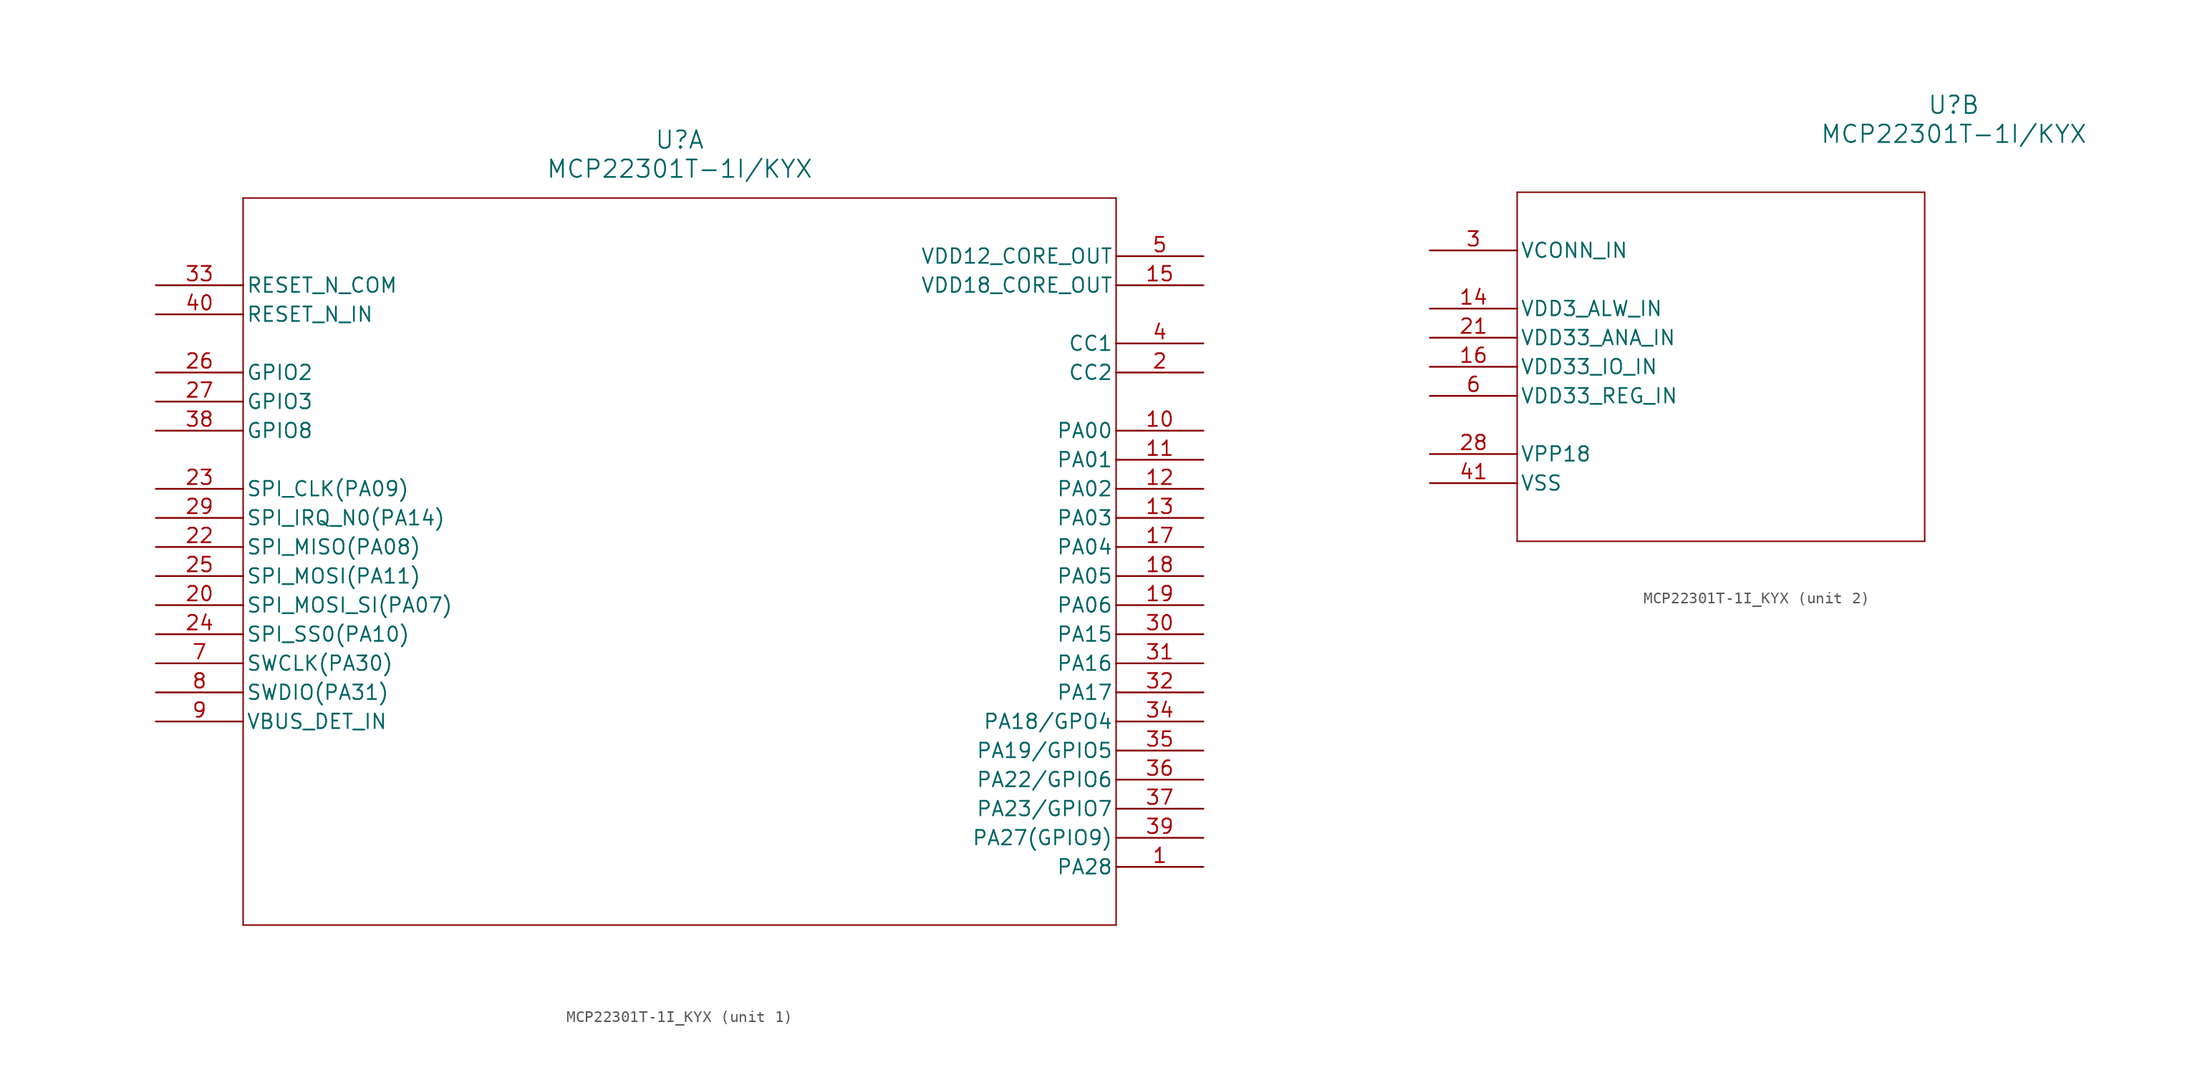
<source format=kicad_sym>
(kicad_symbol_lib
  (version 20211014)
  (generator kicad_symbol_editor)
  (symbol "MCP22301T-1I_KYX"
    (pin_names
      (offset 0.254))
    (property "Reference" "U"
      (at 45.72 12.7 0)
      (effects (font (size 1.524 1.524))))
    (property "Value" "MCP22301T-1I/KYX"
      (at 45.72 10.16 0)
      (effects (font (size 1.524 1.524))))
    (symbol "MCP22301T-1I_KYX_1_1"
      (polyline (pts (xy 7.62 7.62) (xy 7.62 -55.88)) (stroke (width 0.127) (type default) (color 0 0 0 0)) (fill (type none)))
      (polyline (pts (xy 7.62 -55.88) (xy 83.82 -55.88)) (stroke (width 0.127) (type default) (color 0 0 0 0)) (fill (type none)))
      (polyline (pts (xy 83.82 -55.88) (xy 83.82 7.62)) (stroke (width 0.127) (type default) (color 0 0 0 0)) (fill (type none)))
      (polyline (pts (xy 83.82 7.62) (xy 7.62 7.62)) (stroke (width 0.127) (type default) (color 0 0 0 0)) (fill (type none)))
      (pin bidirectional line (at 91.44 -50.8 180) (length 7.62) (name "PA28" (effects (font (size 1.27 1.27)))) (number "1" (effects (font (size 1.27 1.27)))))
      (pin unspecified line (at 91.44 -7.62 180) (length 7.62) (name "CC2" (effects (font (size 1.27 1.27)))) (number "2" (effects (font (size 1.27 1.27)))))
      (pin unspecified line (at 91.44 -5.08 180) (length 7.62) (name "CC1" (effects (font (size 1.27 1.27)))) (number "4" (effects (font (size 1.27 1.27)))))
      (pin power_in line (at 91.44 2.54 180) (length 7.62) (name "VDD12_CORE_OUT" (effects (font (size 1.27 1.27)))) (number "5" (effects (font (size 1.27 1.27)))))
      (pin bidirectional line (at 0 -33.02 0) (length 7.62) (name "SWCLK(PA30)" (effects (font (size 1.27 1.27)))) (number "7" (effects (font (size 1.27 1.27)))))
      (pin bidirectional line (at 0 -35.56 0) (length 7.62) (name "SWDIO(PA31)" (effects (font (size 1.27 1.27)))) (number "8" (effects (font (size 1.27 1.27)))))
      (pin unspecified line (at 0 -38.1 0) (length 7.62) (name "VBUS_DET_IN" (effects (font (size 1.27 1.27)))) (number "9" (effects (font (size 1.27 1.27)))))
      (pin bidirectional line (at 91.44 -12.7 180) (length 7.62) (name "PA00" (effects (font (size 1.27 1.27)))) (number "10" (effects (font (size 1.27 1.27)))))
      (pin bidirectional line (at 91.44 -15.24 180) (length 7.62) (name "PA01" (effects (font (size 1.27 1.27)))) (number "11" (effects (font (size 1.27 1.27)))))
      (pin bidirectional line (at 91.44 -17.78 180) (length 7.62) (name "PA02" (effects (font (size 1.27 1.27)))) (number "12" (effects (font (size 1.27 1.27)))))
      (pin bidirectional line (at 91.44 -20.32 180) (length 7.62) (name "PA03" (effects (font (size 1.27 1.27)))) (number "13" (effects (font (size 1.27 1.27)))))
      (pin power_in line (at 91.44 0 180) (length 7.62) (name "VDD18_CORE_OUT" (effects (font (size 1.27 1.27)))) (number "15" (effects (font (size 1.27 1.27)))))
      (pin bidirectional line (at 91.44 -22.86 180) (length 7.62) (name "PA04" (effects (font (size 1.27 1.27)))) (number "17" (effects (font (size 1.27 1.27)))))
      (pin bidirectional line (at 91.44 -25.4 180) (length 7.62) (name "PA05" (effects (font (size 1.27 1.27)))) (number "18" (effects (font (size 1.27 1.27)))))
      (pin bidirectional line (at 91.44 -27.94 180) (length 7.62) (name "PA06" (effects (font (size 1.27 1.27)))) (number "19" (effects (font (size 1.27 1.27)))))
      (pin bidirectional line (at 0 -27.94 0) (length 7.62) (name "SPI_MOSI_SI(PA07)" (effects (font (size 1.27 1.27)))) (number "20" (effects (font (size 1.27 1.27)))))
      (pin bidirectional line (at 0 -22.86 0) (length 7.62) (name "SPI_MISO(PA08)" (effects (font (size 1.27 1.27)))) (number "22" (effects (font (size 1.27 1.27)))))
      (pin bidirectional line (at 0 -17.78 0) (length 7.62) (name "SPI_CLK(PA09)" (effects (font (size 1.27 1.27)))) (number "23" (effects (font (size 1.27 1.27)))))
      (pin bidirectional line (at 0 -30.48 0) (length 7.62) (name "SPI_SS0(PA10)" (effects (font (size 1.27 1.27)))) (number "24" (effects (font (size 1.27 1.27)))))
      (pin bidirectional line (at 0 -25.4 0) (length 7.62) (name "SPI_MOSI(PA11)" (effects (font (size 1.27 1.27)))) (number "25" (effects (font (size 1.27 1.27)))))
      (pin bidirectional line (at 0 -7.62 0) (length 7.62) (name "GPIO2" (effects (font (size 1.27 1.27)))) (number "26" (effects (font (size 1.27 1.27)))))
      (pin bidirectional line (at 0 -10.16 0) (length 7.62) (name "GPIO3" (effects (font (size 1.27 1.27)))) (number "27" (effects (font (size 1.27 1.27)))))
      (pin bidirectional line (at 0 -20.32 0) (length 7.62) (name "SPI_IRQ_N0(PA14)" (effects (font (size 1.27 1.27)))) (number "29" (effects (font (size 1.27 1.27)))))
      (pin bidirectional line (at 91.44 -30.48 180) (length 7.62) (name "PA15" (effects (font (size 1.27 1.27)))) (number "30" (effects (font (size 1.27 1.27)))))
      (pin bidirectional line (at 91.44 -33.02 180) (length 7.62) (name "PA16" (effects (font (size 1.27 1.27)))) (number "31" (effects (font (size 1.27 1.27)))))
      (pin bidirectional line (at 91.44 -35.56 180) (length 7.62) (name "PA17" (effects (font (size 1.27 1.27)))) (number "32" (effects (font (size 1.27 1.27)))))
      (pin input line (at 0 0 0) (length 7.62) (name "RESET_N_COM" (effects (font (size 1.27 1.27)))) (number "33" (effects (font (size 1.27 1.27)))))
      (pin bidirectional line (at 91.44 -38.1 180) (length 7.62) (name "PA18/GPO4" (effects (font (size 1.27 1.27)))) (number "34" (effects (font (size 1.27 1.27)))))
      (pin bidirectional line (at 91.44 -40.64 180) (length 7.62) (name "PA19/GPIO5" (effects (font (size 1.27 1.27)))) (number "35" (effects (font (size 1.27 1.27)))))
      (pin bidirectional line (at 91.44 -43.18 180) (length 7.62) (name "PA22/GPIO6" (effects (font (size 1.27 1.27)))) (number "36" (effects (font (size 1.27 1.27)))))
      (pin bidirectional line (at 91.44 -45.72 180) (length 7.62) (name "PA23/GPIO7" (effects (font (size 1.27 1.27)))) (number "37" (effects (font (size 1.27 1.27)))))
      (pin bidirectional line (at 0 -12.7 0) (length 7.62) (name "GPIO8" (effects (font (size 1.27 1.27)))) (number "38" (effects (font (size 1.27 1.27)))))
      (pin bidirectional line (at 91.44 -48.26 180) (length 7.62) (name "PA27(GPIO9)" (effects (font (size 1.27 1.27)))) (number "39" (effects (font (size 1.27 1.27)))))
      (pin input line (at 0 -2.54 0) (length 7.62) (name "RESET_N_IN" (effects (font (size 1.27 1.27)))) (number "40" (effects (font (size 1.27 1.27))))))
    (symbol "MCP22301T-1I_KYX_2_1"
      (polyline (pts (xy 7.62 5.08) (xy 7.62 -25.4)) (stroke (width 0.127) (type default) (color 0 0 0 0)) (fill (type none)))
      (polyline (pts (xy 7.62 -25.4) (xy 43.18 -25.4)) (stroke (width 0.127) (type default) (color 0 0 0 0)) (fill (type none)))
      (polyline (pts (xy 43.18 -25.4) (xy 43.18 5.08)) (stroke (width 0.127) (type default) (color 0 0 0 0)) (fill (type none)))
      (polyline (pts (xy 43.18 5.08) (xy 7.62 5.08)) (stroke (width 0.127) (type default) (color 0 0 0 0)) (fill (type none)))
      (pin power_in line (at 0 0 0) (length 7.62) (name "VCONN_IN" (effects (font (size 1.27 1.27)))) (number "3" (effects (font (size 1.27 1.27)))))
      (pin power_in line (at 0 -12.7 0) (length 7.62) (name "VDD33_REG_IN" (effects (font (size 1.27 1.27)))) (number "6" (effects (font (size 1.27 1.27)))))
      (pin power_in line (at 0 -5.08 0) (length 7.62) (name "VDD3_ALW_IN" (effects (font (size 1.27 1.27)))) (number "14" (effects (font (size 1.27 1.27)))))
      (pin power_in line (at 0 -10.16 0) (length 7.62) (name "VDD33_IO_IN" (effects (font (size 1.27 1.27)))) (number "16" (effects (font (size 1.27 1.27)))))
      (pin power_in line (at 0 -7.62 0) (length 7.62) (name "VDD33_ANA_IN" (effects (font (size 1.27 1.27)))) (number "21" (effects (font (size 1.27 1.27)))))
      (pin power_in line (at 0 -17.78 0) (length 7.62) (name "VPP18" (effects (font (size 1.27 1.27)))) (number "28" (effects (font (size 1.27 1.27)))))
      (pin power_out line (at 0 -20.32 0) (length 7.62) (name "VSS" (effects (font (size 1.27 1.27)))) (number "41" (effects (font (size 1.27 1.27))))))))
</source>
